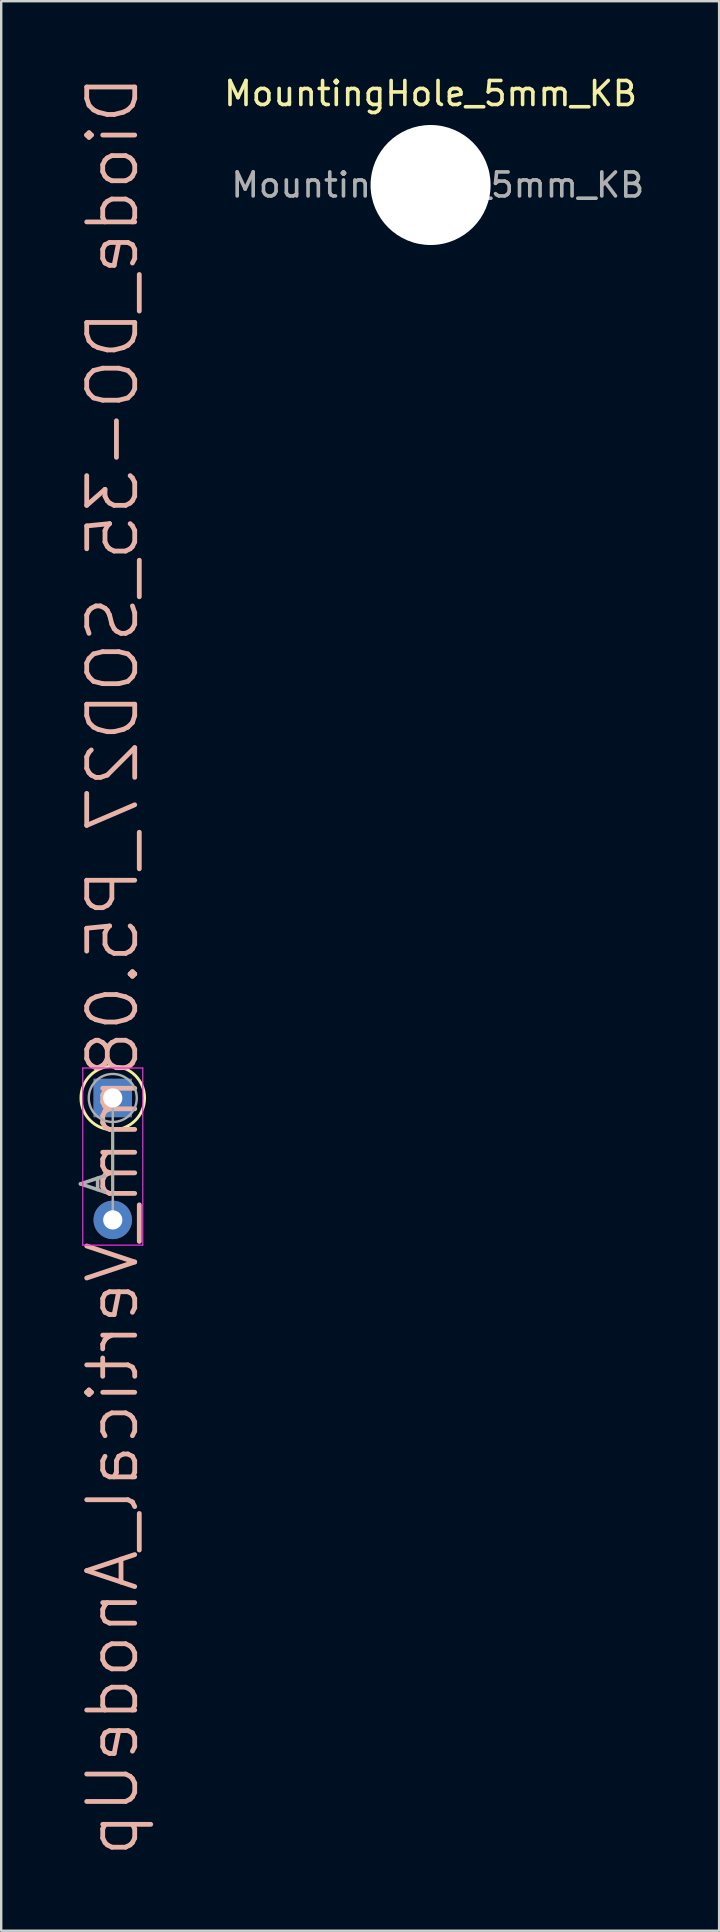
<source format=kicad_pcb>
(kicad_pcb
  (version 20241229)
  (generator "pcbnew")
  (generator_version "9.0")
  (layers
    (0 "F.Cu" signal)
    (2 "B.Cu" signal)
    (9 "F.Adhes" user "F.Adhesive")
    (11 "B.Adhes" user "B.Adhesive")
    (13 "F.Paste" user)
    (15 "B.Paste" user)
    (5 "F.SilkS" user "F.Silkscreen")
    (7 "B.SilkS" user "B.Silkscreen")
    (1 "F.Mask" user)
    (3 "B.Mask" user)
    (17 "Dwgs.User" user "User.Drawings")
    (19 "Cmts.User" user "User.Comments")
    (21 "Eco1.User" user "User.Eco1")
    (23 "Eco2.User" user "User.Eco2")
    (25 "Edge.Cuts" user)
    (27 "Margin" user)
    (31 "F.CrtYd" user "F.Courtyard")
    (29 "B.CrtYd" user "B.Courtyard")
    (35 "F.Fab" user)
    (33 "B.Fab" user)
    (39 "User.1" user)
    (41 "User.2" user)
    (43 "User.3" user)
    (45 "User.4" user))
  (footprint "MountingHole_5mm_KB"
    (layer "F.Cu")
    (at 14.889 4.658)
    (property "Reference" "MountingHole_5mm_KB" (at 0 -3.81 0) (layer "F.SilkS") (effects (font (size 1 1) (thickness 0.15))))
    (attr exclude_from_pos_files exclude_from_bom)
    (fp_text user "${REFERENCE}" (at 0.3 0 0) (layer "F.Fab") (effects (font (size 1 1) (thickness 0.15))))
    (pad "" np_thru_hole circle (at 0 0) (size 5 5) (drill 5) (layers "*.Cu" "*.Mask")))
  (footprint "Diode_DO-35_SOD27_P5.08mm_Vertical_AnodeUp"
    (layer "F.Cu")
    (at 1.648 45.195)
    (property "Reference" "Diode_DO-35_SOD27_P5.08mm_Vertical_AnodeUp" (at 0 -8 90) (layer "B.SilkS") (effects (font (size 2 2) (thickness 0.2)) (justify mirror)))
    (attr through_hole)
    (fp_line (start 0 -1.174) (end 0 1.48) (stroke (width 0.12) (type solid)) (layer "F.SilkS"))
    (fp_circle (center 0 -2.5) (end 0 -1.174) (stroke (width 0.12) (type solid)) (fill no) (layer "F.SilkS"))
    (fp_line (start -1.25 -3.75) (end -1.25 3.63) (stroke (width 0.05) (type solid)) (layer "F.CrtYd"))
    (fp_line (start -1.25 3.63) (end 1.25 3.63) (stroke (width 0.05) (type solid)) (layer "F.CrtYd"))
    (fp_line (start 1.25 -3.75) (end -1.25 -3.75) (stroke (width 0.05) (type solid)) (layer "F.CrtYd"))
    (fp_line (start 1.25 3.63) (end 1.25 -3.75) (stroke (width 0.05) (type solid)) (layer "F.CrtYd"))
    (fp_line (start 0 -2.5) (end 0 2.58) (stroke (width 0.1) (type solid)) (layer "F.Fab"))
    (fp_circle (center 0 -2.5) (end 0 -1.5) (stroke (width 0.1) (type solid)) (fill no) (layer "F.Fab"))
    (fp_text user "A" (at -0.8 1.08 90) (layer "F.Fab") (effects (font (size 1 1) (thickness 0.15))))
    (pad "1" thru_hole rect (at 0 -2.5 270) (size 1.6 1.6) (drill 0.8) (layers "*.Cu" "*.Mask"))
    (pad "2" thru_hole oval (at 0 2.58 270) (size 1.6 1.6) (drill 0.8) (layers "*.Cu" "*.Mask")))
  (gr_rect
    (start -3 -3)
    (end 26.91 77.39)
    (stroke (width 0.1) (type default))
    (fill no)
    (layer "Edge.Cuts")))
</source>
